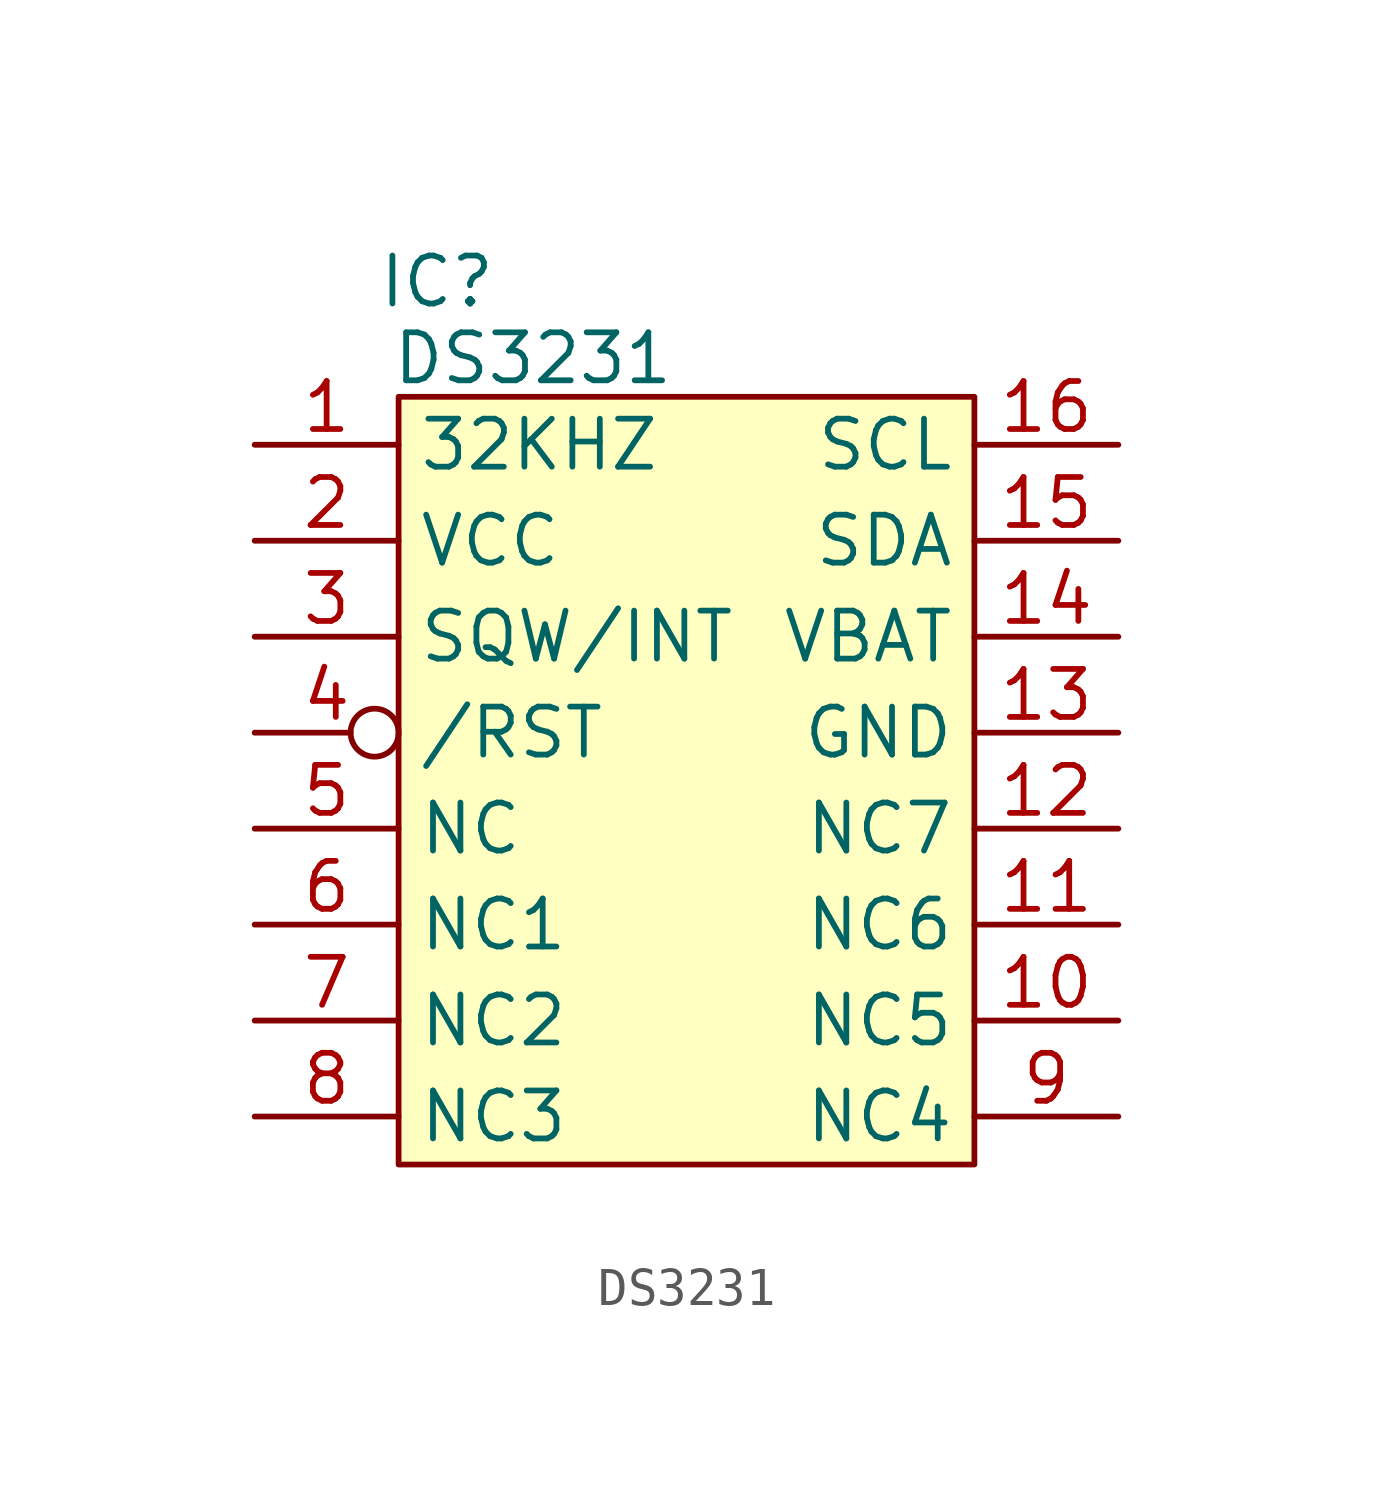
<source format=kicad_sym>
(kicad_symbol_lib
  (version 20231120)
  (generator "kicad_symbol_editor")
  (generator_version "8.0")
  (symbol "DS3231"
    (property "Reference" "IC"
      (at 1.016 23.368 0)
      (effects (font (size 1.27 1.27))))
    (property "Value" "DS3231"
      (at 3.556 21.336 0)
      (effects (font (size 1.27 1.27))))
    (symbol "DS3231_1_0"
      (pin passive line (at -3.81 19.05 0) (length 3.81) (name "32KHZ" (effects (font (size 1.27 1.27)))) (number "1" (effects (font (size 1.27 1.27)))))
      (pin passive line (at 19.05 3.81 180) (length 3.81) (name "NC5" (effects (font (size 1.27 1.27)))) (number "10" (effects (font (size 1.27 1.27)))))
      (pin passive line (at 19.05 6.35 180) (length 3.81) (name "NC6" (effects (font (size 1.27 1.27)))) (number "11" (effects (font (size 1.27 1.27)))))
      (pin passive line (at 19.05 8.89 180) (length 3.81) (name "NC7" (effects (font (size 1.27 1.27)))) (number "12" (effects (font (size 1.27 1.27)))))
      (pin passive line (at 19.05 11.43 180) (length 3.81) (name "GND" (effects (font (size 1.27 1.27)))) (number "13" (effects (font (size 1.27 1.27)))))
      (pin passive line (at 19.05 13.97 180) (length 3.81) (name "VBAT" (effects (font (size 1.27 1.27)))) (number "14" (effects (font (size 1.27 1.27)))))
      (pin passive line (at 19.05 16.51 180) (length 3.81) (name "SDA" (effects (font (size 1.27 1.27)))) (number "15" (effects (font (size 1.27 1.27)))))
      (pin passive line (at 19.05 19.05 180) (length 3.81) (name "SCL" (effects (font (size 1.27 1.27)))) (number "16" (effects (font (size 1.27 1.27)))))
      (pin passive line (at -3.81 16.51 0) (length 3.81) (name "VCC" (effects (font (size 1.27 1.27)))) (number "2" (effects (font (size 1.27 1.27)))))
      (pin passive line (at -3.81 13.97 0) (length 3.81) (name "SQW/INT" (effects (font (size 1.27 1.27)))) (number "3" (effects (font (size 1.27 1.27)))))
      (pin passive inverted (at -3.81 11.43 0) (length 3.81) (name "/RST" (effects (font (size 1.27 1.27)))) (number "4" (effects (font (size 1.27 1.27)))))
      (pin passive line (at -3.81 8.89 0) (length 3.81) (name "NC" (effects (font (size 1.27 1.27)))) (number "5" (effects (font (size 1.27 1.27)))))
      (pin passive line (at -3.81 6.35 0) (length 3.81) (name "NC1" (effects (font (size 1.27 1.27)))) (number "6" (effects (font (size 1.27 1.27)))))
      (pin passive line (at -3.81 3.81 0) (length 3.81) (name "NC2" (effects (font (size 1.27 1.27)))) (number "7" (effects (font (size 1.27 1.27)))))
      (pin passive line (at -3.81 1.27 0) (length 3.81) (name "NC3" (effects (font (size 1.27 1.27)))) (number "8" (effects (font (size 1.27 1.27)))))
      (pin passive line (at 19.05 1.27 180) (length 3.81) (name "NC4" (effects (font (size 1.27 1.27)))) (number "9" (effects (font (size 1.27 1.27))))))
    (symbol "DS3231_1_1"
      (rectangle (start 0 20.32) (end 15.24 0) (stroke (width 0) (type default)) (fill (type background))))))
</source>
